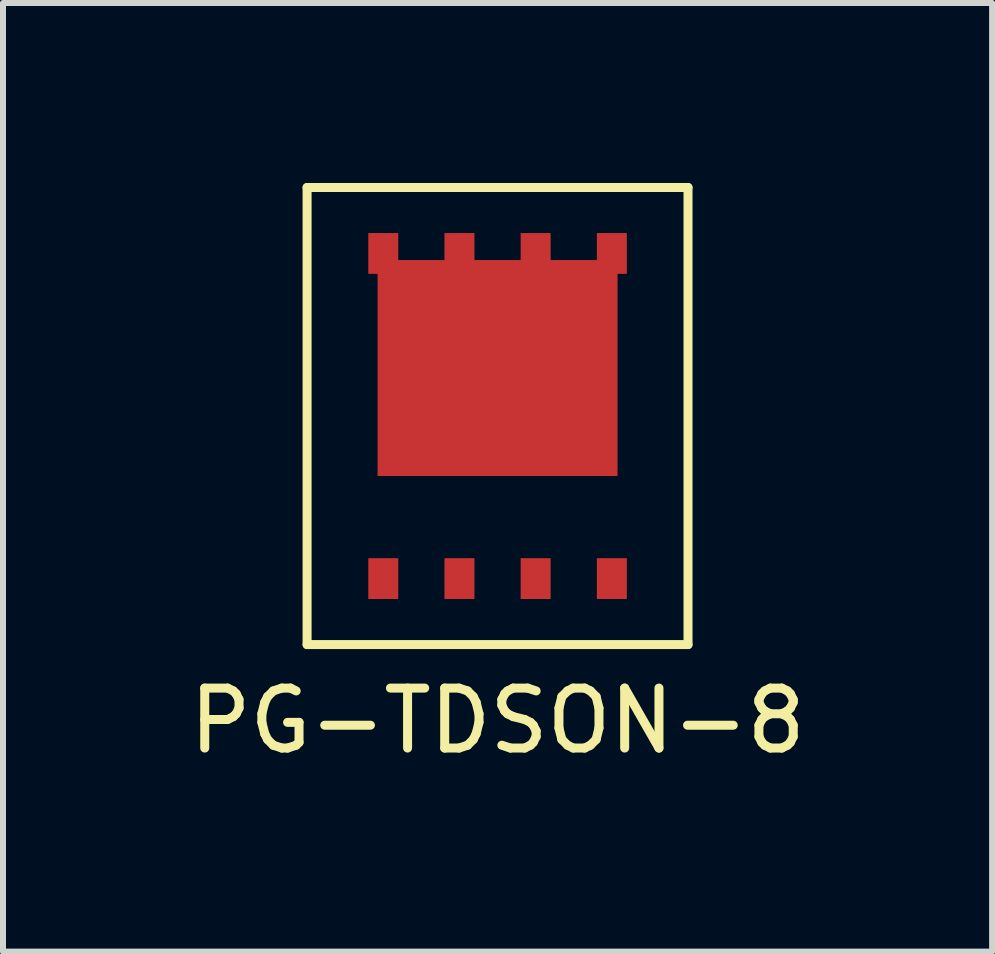
<source format=kicad_pcb>
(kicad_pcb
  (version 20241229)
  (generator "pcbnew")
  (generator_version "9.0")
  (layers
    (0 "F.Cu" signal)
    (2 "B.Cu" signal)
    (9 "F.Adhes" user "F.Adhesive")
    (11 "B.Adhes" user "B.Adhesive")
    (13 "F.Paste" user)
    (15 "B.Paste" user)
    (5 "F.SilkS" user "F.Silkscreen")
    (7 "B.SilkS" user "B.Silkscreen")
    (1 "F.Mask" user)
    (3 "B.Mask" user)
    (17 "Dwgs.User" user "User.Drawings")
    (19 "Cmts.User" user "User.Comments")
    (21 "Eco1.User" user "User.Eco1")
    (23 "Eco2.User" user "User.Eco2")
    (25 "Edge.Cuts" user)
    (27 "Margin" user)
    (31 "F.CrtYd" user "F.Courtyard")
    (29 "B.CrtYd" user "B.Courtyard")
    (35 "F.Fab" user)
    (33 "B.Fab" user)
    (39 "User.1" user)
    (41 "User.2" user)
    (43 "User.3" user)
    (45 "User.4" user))
  (footprint "PG-TDSON-8"
    (layer "F.Cu")
    (at 5.244 3.885)
    (property "Reference" "PG-TDSON-8" (at 0 5.08 0) (layer "F.SilkS") (effects (font (size 1 1) (thickness 0.15))))
    (attr through_hole)
    (fp_line (start -3.175 -3.81) (end 3.175 -3.81) (stroke (width 0.15) (type solid)) (layer "F.SilkS"))
    (fp_line (start -3.175 3.81) (end -3.175 -3.81) (stroke (width 0.15) (type solid)) (layer "F.SilkS"))
    (fp_line (start 3.175 -3.81) (end 3.175 3.81) (stroke (width 0.15) (type solid)) (layer "F.SilkS"))
    (fp_line (start 3.175 3.81) (end -3.175 3.81) (stroke (width 0.15) (type solid)) (layer "F.SilkS"))
    (pad "1" smd rect (at -1.905 2.71) (size 0.5 0.68) (layers "F.Cu" "F.Mask" "F.Paste"))
    (pad "2" smd rect (at -0.635 2.71) (size 0.5 0.68) (layers "F.Cu" "F.Mask" "F.Paste"))
    (pad "3" smd rect (at 0.635 2.71) (size 0.5 0.68) (layers "F.Cu" "F.Mask" "F.Paste"))
    (pad "4" smd rect (at 1.905 2.71) (size 0.5 0.68) (layers "F.Cu" "F.Mask" "F.Paste"))
    (pad "5" smd rect (at 1.905 -2.71) (size 0.5 0.68) (layers "F.Cu" "F.Mask" "F.Paste"))
    (pad "6" smd rect (at 0.635 -2.71) (size 0.5 0.68) (layers "F.Cu" "F.Mask" "F.Paste"))
    (pad "7" smd rect (at -0.635 -2.71) (size 0.5 0.68) (layers "F.Cu" "F.Mask" "F.Paste"))
    (pad "8" smd rect (at -1.905 -2.71) (size 0.5 0.68) (layers "F.Cu" "F.Mask" "F.Paste"))
    (pad "9" smd rect (at 0 -0.8) (size 4 3.6) (layers "F.Cu" "F.Mask" "F.Paste")))
  (gr_rect
    (start -3 -3)
    (end 13.488 12.813)
    (stroke (width 0.1) (type default))
    (fill no)
    (layer "Edge.Cuts")))
</source>
